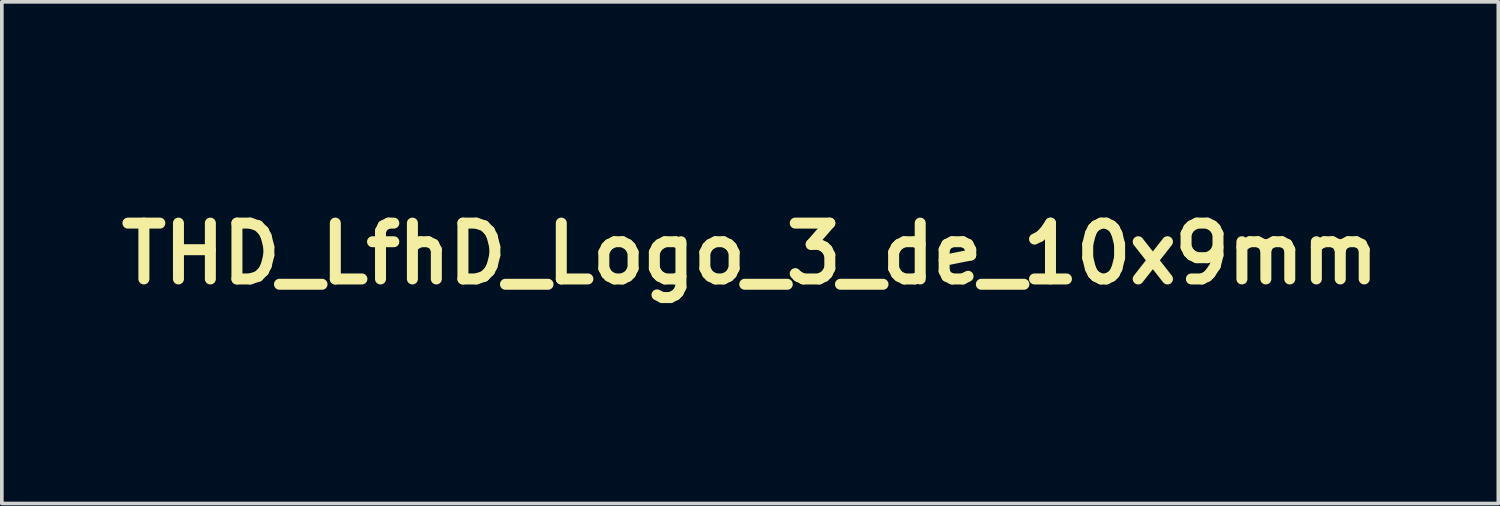
<source format=kicad_pcb>
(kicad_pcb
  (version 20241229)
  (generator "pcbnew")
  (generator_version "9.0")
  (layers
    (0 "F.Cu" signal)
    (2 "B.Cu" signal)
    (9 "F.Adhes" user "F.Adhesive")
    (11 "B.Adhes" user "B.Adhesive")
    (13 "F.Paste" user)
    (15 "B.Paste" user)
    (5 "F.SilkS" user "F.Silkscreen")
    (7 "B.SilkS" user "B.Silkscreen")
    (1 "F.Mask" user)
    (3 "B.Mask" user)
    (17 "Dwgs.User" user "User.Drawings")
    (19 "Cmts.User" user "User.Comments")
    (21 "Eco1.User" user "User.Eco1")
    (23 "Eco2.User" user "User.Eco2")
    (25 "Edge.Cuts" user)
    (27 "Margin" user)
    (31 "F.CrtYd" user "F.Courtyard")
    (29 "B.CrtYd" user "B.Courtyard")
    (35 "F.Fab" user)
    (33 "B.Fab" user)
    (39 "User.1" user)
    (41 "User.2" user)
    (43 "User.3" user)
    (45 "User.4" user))
  (footprint "THD_LfhD_Logo_3_de_10x9mm"
    (layer "F.Cu")
    (at 17.424 3.875)
    (property "Reference" "THD_LfhD_Logo_3_de_10x9mm" (at 0 0 0) (layer "F.SilkS") (effects (font (size 1.524 1.524) (thickness 0.3))))
    (attr through_hole)
    (fp_poly (pts (xy -2.57 3.78) (xy -3.629 3.78) (xy -3.629 0.635) (xy -2.57 0.635) (xy -2.57 3.78)) (stroke (width 0.01) (type solid)) (fill yes) (layer "F.Mask"))
    (fp_poly (pts (xy -0.302 3.75) (xy -1.361 3.75) (xy -1.361 0.635) (xy -0.302 0.635) (xy -0.302 3.75)) (stroke (width 0.01) (type solid)) (fill yes) (layer "F.Mask"))
    (fp_poly (pts (xy 0.937 -0.302) (xy 0.786 -0.302) (xy 0.786 -1.089) (xy 0.937 -1.089) (xy 0.937 -0.302)) (stroke (width 0.01) (type solid)) (fill yes) (layer "F.Mask"))
    (fp_poly (pts (xy -0.741 -1.073) (xy -0.732 -0.779) (xy -0.724 -0.484) (xy -0.333 -0.484) (xy -0.333 -0.302) (xy -0.907 -0.302) (xy -0.907 -1.093) (xy -0.741 -1.073)) (stroke (width 0.01) (type solid)) (fill yes) (layer "F.Mask"))
    (fp_poly (pts (xy 2.167 -3.849) (xy 2.177 -3.81) (xy 2.156 -3.759) (xy 2.117 -3.75) (xy 2.066 -3.771) (xy 2.056 -3.81) (xy 2.078 -3.861) (xy 2.117 -3.87) (xy 2.167 -3.849)) (stroke (width 0.01) (type solid)) (fill yes) (layer "F.Mask"))
    (fp_poly (pts (xy 2.409 -3.849) (xy 2.419 -3.81) (xy 2.398 -3.759) (xy 2.359 -3.75) (xy 2.308 -3.771) (xy 2.298 -3.81) (xy 2.319 -3.861) (xy 2.359 -3.87) (xy 2.409 -3.849)) (stroke (width 0.01) (type solid)) (fill yes) (layer "F.Mask"))
    (fp_poly (pts (xy -0.091 -0.726) (xy -0.091 -0.583) (xy -0.09 -0.463) (xy -0.09 -0.377) (xy -0.09 -0.34) (xy -0.115 -0.32) (xy -0.165 -0.308) (xy -0.242 -0.298) (xy -0.242 -1.089) (xy -0.091 -1.089) (xy -0.091 -0.726)) (stroke (width 0.01) (type solid)) (fill yes) (layer "F.Mask"))
    (fp_poly (pts (xy 1.225 3.795) (xy 0.969 3.813) (xy 0.961 2.957) (xy 0.953 2.102) (xy 0.454 2.097) (xy -0.045 2.093) (xy -0.064 1.814) (xy 0.968 1.814) (xy 0.968 0.121) (xy 1.24 0.121) (xy 1.225 3.795)) (stroke (width 0.01) (type solid)) (fill yes) (layer "F.Mask"))
    (fp_poly (pts (xy -1.663 -0.998) (xy -1.669 -0.937) (xy -1.699 -0.912) (xy -1.769 -0.907) (xy -1.875 -0.907) (xy -1.875 -0.302) (xy -2.056 -0.302) (xy -2.056 -0.907) (xy -2.177 -0.907) (xy -2.255 -0.911) (xy -2.289 -0.93) (xy -2.298 -0.978) (xy -2.298 -0.998) (xy -2.298 -1.089) (xy -1.663 -1.089) (xy -1.663 -0.998)) (stroke (width 0.01) (type solid)) (fill yes) (layer "F.Mask"))
    (fp_poly (pts (xy -3.568 -0.302) (xy -3.642 -0.302) (xy -3.702 -0.311) (xy -3.725 -0.325) (xy -3.728 -0.362) (xy -3.729 -0.448) (xy -3.728 -0.569) (xy -3.725 -0.712) (xy -3.725 -0.718) (xy -3.721 -0.873) (xy -3.716 -0.977) (xy -3.708 -1.041) (xy -3.695 -1.074) (xy -3.674 -1.087) (xy -3.644 -1.089) (xy -3.568 -1.089) (xy -3.568 -0.302)) (stroke (width 0.01) (type solid)) (fill yes) (layer "F.Mask"))
    (fp_poly (pts (xy -2.419 -0.302) (xy -2.493 -0.302) (xy -2.553 -0.311) (xy -2.577 -0.325) (xy -2.58 -0.362) (xy -2.581 -0.448) (xy -2.58 -0.568) (xy -2.576 -0.712) (xy -2.576 -0.718) (xy -2.571 -0.873) (xy -2.566 -0.977) (xy -2.557 -1.041) (xy -2.544 -1.074) (xy -2.523 -1.087) (xy -2.493 -1.089) (xy -2.419 -1.089) (xy -2.419 -0.302)) (stroke (width 0.01) (type solid)) (fill yes) (layer "F.Mask"))
    (fp_poly (pts (xy -0.302 0.423) (xy -2.056 0.423) (xy -2.056 3.742) (xy -2.124 3.761) (xy -2.221 3.777) (xy -2.302 3.775) (xy -2.338 3.76) (xy -2.342 3.726) (xy -2.346 3.638) (xy -2.349 3.501) (xy -2.352 3.32) (xy -2.354 3.1) (xy -2.356 2.848) (xy -2.358 2.568) (xy -2.358 2.268) (xy -2.359 2.081) (xy -2.359 0.423) (xy -4.112 0.423) (xy -4.112 0.121) (xy -0.302 0.121) (xy -0.302 0.423)) (stroke (width 0.01) (type solid)) (fill yes) (layer "F.Mask"))
    (fp_poly (pts (xy 2.533 1.942) (xy 2.525 3.765) (xy 2.033 3.773) (xy 1.839 3.775) (xy 1.698 3.774) (xy 1.604 3.768) (xy 1.549 3.758) (xy 1.527 3.744) (xy 1.526 3.743) (xy 1.524 3.706) (xy 1.521 3.615) (xy 1.52 3.474) (xy 1.518 3.288) (xy 1.518 3.064) (xy 1.517 2.807) (xy 1.517 2.521) (xy 1.518 2.213) (xy 1.519 1.92) (xy 1.527 0.136) (xy 2.034 0.128) (xy 2.54 0.119) (xy 2.533 1.942)) (stroke (width 0.01) (type solid)) (fill yes) (layer "F.Mask"))
    (fp_poly (pts (xy 1.693 -0.907) (xy 1.485 -0.907) (xy 1.362 -0.903) (xy 1.29 -0.889) (xy 1.26 -0.865) (xy 1.253 -0.825) (xy 1.276 -0.802) (xy 1.339 -0.79) (xy 1.451 -0.786) (xy 1.472 -0.786) (xy 1.663 -0.786) (xy 1.663 -0.605) (xy 1.47 -0.605) (xy 1.35 -0.6) (xy 1.283 -0.584) (xy 1.26 -0.562) (xy 1.253 -0.524) (xy 1.275 -0.5) (xy 1.334 -0.488) (xy 1.441 -0.484) (xy 1.487 -0.484) (xy 1.693 -0.484) (xy 1.693 -0.302) (xy 1.089 -0.302) (xy 1.089 -1.089) (xy 1.693 -1.089) (xy 1.693 -0.907)) (stroke (width 0.01) (type solid)) (fill yes) (layer "F.Mask"))
    (fp_poly (pts (xy 2.049 -2.344) (xy 2.129 -2.269) (xy 2.223 -2.137) (xy 2.236 -2.117) (xy 2.374 -1.89) (xy 2.383 -2.126) (xy 2.391 -2.362) (xy 2.555 -2.343) (xy 2.564 -1.958) (xy 2.572 -1.572) (xy 2.473 -1.573) (xy 2.422 -1.578) (xy 2.381 -1.598) (xy 2.339 -1.644) (xy 2.285 -1.725) (xy 2.238 -1.803) (xy 2.102 -2.032) (xy 2.093 -1.802) (xy 2.084 -1.572) (xy 1.905 -1.572) (xy 1.905 -1.928) (xy 1.908 -2.071) (xy 1.914 -2.194) (xy 1.922 -2.283) (xy 1.932 -2.323) (xy 1.983 -2.363) (xy 2.049 -2.344)) (stroke (width 0.01) (type solid)) (fill yes) (layer "F.Mask"))
    (fp_poly (pts (xy -4.334 -2.338) (xy -4.325 -2.286) (xy -4.324 -2.209) (xy -4.324 -2.056) (xy -4.025 -2.056) (xy -4.016 -2.2) (xy -4.007 -2.287) (xy -3.989 -2.329) (xy -3.953 -2.343) (xy -3.931 -2.343) (xy -3.855 -2.343) (xy -3.847 -1.958) (xy -3.838 -1.572) (xy -3.93 -1.572) (xy -3.984 -1.576) (xy -4.011 -1.596) (xy -4.021 -1.648) (xy -4.022 -1.724) (xy -4.022 -1.875) (xy -4.324 -1.875) (xy -4.324 -1.724) (xy -4.326 -1.634) (xy -4.338 -1.589) (xy -4.37 -1.574) (xy -4.416 -1.572) (xy -4.507 -1.572) (xy -4.499 -1.958) (xy -4.49 -2.343) (xy -4.407 -2.353) (xy -4.358 -2.355) (xy -4.334 -2.338)) (stroke (width 0.01) (type solid)) (fill yes) (layer "F.Mask"))
    (fp_poly (pts (xy 4.044 -2.353) (xy 4.128 -2.343) (xy 4.136 -1.958) (xy 4.144 -1.572) (xy 4.053 -1.572) (xy 3.999 -1.576) (xy 3.972 -1.596) (xy 3.962 -1.648) (xy 3.961 -1.724) (xy 3.961 -1.875) (xy 3.659 -1.875) (xy 3.659 -1.724) (xy 3.657 -1.634) (xy 3.645 -1.589) (xy 3.613 -1.574) (xy 3.567 -1.572) (xy 3.476 -1.572) (xy 3.484 -1.958) (xy 3.493 -2.343) (xy 3.576 -2.353) (xy 3.625 -2.355) (xy 3.649 -2.338) (xy 3.658 -2.286) (xy 3.659 -2.209) (xy 3.659 -2.056) (xy 3.961 -2.056) (xy 3.961 -2.209) (xy 3.963 -2.299) (xy 3.974 -2.343) (xy 4.003 -2.356) (xy 4.044 -2.353)) (stroke (width 0.01) (type solid)) (fill yes) (layer "F.Mask"))
    (fp_poly (pts (xy 1.778 -3.606) (xy 1.77 -3.56) (xy 1.746 -3.534) (xy 1.694 -3.521) (xy 1.598 -3.515) (xy 1.58 -3.514) (xy 1.476 -3.506) (xy 1.418 -3.494) (xy 1.395 -3.471) (xy 1.391 -3.446) (xy 1.399 -3.412) (xy 1.431 -3.394) (xy 1.502 -3.387) (xy 1.557 -3.387) (xy 1.652 -3.385) (xy 1.702 -3.375) (xy 1.721 -3.349) (xy 1.724 -3.297) (xy 1.724 -3.296) (xy 1.721 -3.244) (xy 1.702 -3.217) (xy 1.654 -3.207) (xy 1.56 -3.205) (xy 1.391 -3.205) (xy 1.391 -3.054) (xy 1.389 -2.965) (xy 1.377 -2.92) (xy 1.345 -2.905) (xy 1.3 -2.903) (xy 1.21 -2.903) (xy 1.21 -3.689) (xy 1.788 -3.689) (xy 1.778 -3.606)) (stroke (width 0.01) (type solid)) (fill yes) (layer "F.Mask"))
    (fp_poly (pts (xy 1.784 -2.18) (xy 1.58 -2.171) (xy 1.468 -2.163) (xy 1.403 -2.15) (xy 1.373 -2.127) (xy 1.366 -2.109) (xy 1.368 -2.081) (xy 1.396 -2.064) (xy 1.462 -2.058) (xy 1.555 -2.056) (xy 1.754 -2.056) (xy 1.754 -1.967) (xy 1.751 -1.918) (xy 1.734 -1.891) (xy 1.688 -1.877) (xy 1.6 -1.87) (xy 1.565 -1.869) (xy 1.457 -1.86) (xy 1.396 -1.845) (xy 1.37 -1.819) (xy 1.366 -1.807) (xy 1.368 -1.779) (xy 1.394 -1.763) (xy 1.457 -1.756) (xy 1.568 -1.754) (xy 1.784 -1.754) (xy 1.784 -1.572) (xy 1.177 -1.572) (xy 1.186 -1.958) (xy 1.194 -2.343) (xy 1.489 -2.352) (xy 1.784 -2.361) (xy 1.784 -2.18)) (stroke (width 0.01) (type solid)) (fill yes) (layer "F.Mask"))
    (fp_poly (pts (xy 4.868 -2.269) (xy 4.866 -2.222) (xy 4.85 -2.194) (xy 4.808 -2.181) (xy 4.725 -2.174) (xy 4.665 -2.171) (xy 4.552 -2.163) (xy 4.487 -2.15) (xy 4.457 -2.127) (xy 4.451 -2.109) (xy 4.453 -2.081) (xy 4.48 -2.064) (xy 4.546 -2.058) (xy 4.639 -2.056) (xy 4.838 -2.056) (xy 4.838 -1.967) (xy 4.835 -1.918) (xy 4.818 -1.891) (xy 4.772 -1.877) (xy 4.684 -1.87) (xy 4.649 -1.869) (xy 4.541 -1.86) (xy 4.481 -1.845) (xy 4.454 -1.819) (xy 4.451 -1.807) (xy 4.452 -1.779) (xy 4.479 -1.763) (xy 4.542 -1.756) (xy 4.653 -1.754) (xy 4.868 -1.754) (xy 4.868 -1.572) (xy 4.264 -1.572) (xy 4.264 -2.359) (xy 4.868 -2.359) (xy 4.868 -2.269)) (stroke (width 0.01) (type solid)) (fill yes) (layer "F.Mask"))
    (fp_poly (pts (xy -4.084 -1.08) (xy -4.032 -1.062) (xy -3.987 -1.028) (xy -3.962 -1.004) (xy -3.882 -0.883) (xy -3.846 -0.74) (xy -3.854 -0.592) (xy -3.908 -0.456) (xy -3.961 -0.389) (xy -4.01 -0.345) (xy -4.058 -0.319) (xy -4.125 -0.307) (xy -4.226 -0.303) (xy -4.284 -0.302) (xy -4.521 -0.302) (xy -4.514 -0.688) (xy -4.51 -0.907) (xy -4.354 -0.907) (xy -4.354 -0.484) (xy -4.246 -0.484) (xy -4.156 -0.493) (xy -4.083 -0.514) (xy -4.08 -0.515) (xy -4.043 -0.55) (xy -4.025 -0.614) (xy -4.022 -0.695) (xy -4.033 -0.805) (xy -4.073 -0.871) (xy -4.153 -0.901) (xy -4.246 -0.907) (xy -4.354 -0.907) (xy -4.51 -0.907) (xy -4.507 -1.073) (xy -4.278 -1.082) (xy -4.16 -1.085) (xy -4.084 -1.08)) (stroke (width 0.01) (type solid)) (fill yes) (layer "F.Mask"))
    (fp_poly (pts (xy 2.056 -3.423) (xy 2.06 -3.274) (xy 2.073 -3.175) (xy 2.101 -3.117) (xy 2.148 -3.09) (xy 2.207 -3.084) (xy 2.274 -3.092) (xy 2.318 -3.123) (xy 2.344 -3.186) (xy 2.356 -3.29) (xy 2.359 -3.423) (xy 2.359 -3.55) (xy 2.363 -3.628) (xy 2.374 -3.67) (xy 2.396 -3.686) (xy 2.43 -3.689) (xy 2.434 -3.689) (xy 2.51 -3.689) (xy 2.51 -3.37) (xy 2.509 -3.226) (xy 2.504 -3.129) (xy 2.494 -3.066) (xy 2.474 -3.022) (xy 2.443 -2.985) (xy 2.436 -2.977) (xy 2.345 -2.924) (xy 2.226 -2.901) (xy 2.105 -2.909) (xy 2.005 -2.95) (xy 1.998 -2.956) (xy 1.938 -3.038) (xy 1.898 -3.171) (xy 1.878 -3.358) (xy 1.875 -3.47) (xy 1.875 -3.689) (xy 2.056 -3.689) (xy 2.056 -3.423)) (stroke (width 0.01) (type solid)) (fill yes) (layer "F.Mask"))
    (fp_poly (pts (xy -1.699 -2.351) (xy -1.648 -2.335) (xy -1.605 -2.302) (xy -1.571 -2.266) (xy -1.522 -2.208) (xy -1.495 -2.151) (xy -1.484 -2.075) (xy -1.482 -1.965) (xy -1.484 -1.851) (xy -1.497 -1.776) (xy -1.524 -1.72) (xy -1.569 -1.666) (xy -1.616 -1.62) (xy -1.661 -1.592) (xy -1.72 -1.578) (xy -1.811 -1.573) (xy -1.903 -1.572) (xy -2.149 -1.572) (xy -2.14 -1.958) (xy -2.135 -2.177) (xy -1.965 -2.177) (xy -1.965 -1.754) (xy -1.83 -1.754) (xy -1.735 -1.761) (xy -1.681 -1.788) (xy -1.664 -1.812) (xy -1.636 -1.908) (xy -1.639 -2.016) (xy -1.67 -2.105) (xy -1.683 -2.122) (xy -1.761 -2.166) (xy -1.849 -2.177) (xy -1.965 -2.177) (xy -2.135 -2.177) (xy -2.132 -2.343) (xy -1.896 -2.352) (xy -1.776 -2.356) (xy -1.699 -2.351)) (stroke (width 0.01) (type solid)) (fill yes) (layer "F.Mask"))
    (fp_poly (pts (xy 4.022 -0.302) (xy 3.932 -0.302) (xy 3.882 -0.309) (xy 3.841 -0.335) (xy 3.796 -0.392) (xy 3.737 -0.493) (xy 3.733 -0.499) (xy 3.677 -0.596) (xy 3.628 -0.672) (xy 3.598 -0.711) (xy 3.596 -0.712) (xy 3.582 -0.694) (xy 3.572 -0.626) (xy 3.568 -0.522) (xy 3.568 -0.516) (xy 3.568 -0.302) (xy 3.387 -0.302) (xy 3.387 -1.089) (xy 3.476 -1.089) (xy 3.525 -1.083) (xy 3.566 -1.057) (xy 3.612 -1.002) (xy 3.673 -0.907) (xy 3.691 -0.876) (xy 3.752 -0.777) (xy 3.802 -0.699) (xy 3.832 -0.656) (xy 3.836 -0.652) (xy 3.846 -0.674) (xy 3.852 -0.742) (xy 3.855 -0.843) (xy 3.855 -0.857) (xy 3.856 -0.969) (xy 3.863 -1.035) (xy 3.879 -1.067) (xy 3.911 -1.079) (xy 3.939 -1.083) (xy 4.022 -1.093) (xy 4.022 -0.302)) (stroke (width 0.01) (type solid)) (fill yes) (layer "F.Mask"))
    (fp_poly (pts (xy -0.213 -3.663) (xy -0.096 -3.587) (xy -0.017 -3.467) (xy 0.001 -3.415) (xy 0.015 -3.26) (xy -0.023 -3.115) (xy -0.107 -2.996) (xy -0.124 -2.981) (xy -0.244 -2.916) (xy -0.382 -2.899) (xy -0.517 -2.929) (xy -0.602 -2.981) (xy -0.693 -3.095) (xy -0.738 -3.237) (xy -0.735 -3.316) (xy -0.575 -3.316) (xy -0.553 -3.195) (xy -0.491 -3.118) (xy -0.389 -3.085) (xy -0.363 -3.084) (xy -0.268 -3.097) (xy -0.207 -3.14) (xy -0.198 -3.151) (xy -0.157 -3.249) (xy -0.155 -3.35) (xy -0.191 -3.435) (xy -0.218 -3.461) (xy -0.32 -3.504) (xy -0.421 -3.501) (xy -0.507 -3.459) (xy -0.562 -3.384) (xy -0.575 -3.316) (xy -0.735 -3.316) (xy -0.732 -3.391) (xy -0.726 -3.415) (xy -0.662 -3.55) (xy -0.558 -3.642) (xy -0.419 -3.686) (xy -0.363 -3.689) (xy -0.213 -3.663)) (stroke (width 0.01) (type solid)) (fill yes) (layer "F.Mask"))
    (fp_poly (pts (xy 2.681 -1.083) (xy 2.767 -1.073) (xy 2.775 -0.794) (xy 2.78 -0.663) (xy 2.788 -0.579) (xy 2.801 -0.532) (xy 2.822 -0.509) (xy 2.856 -0.497) (xy 2.935 -0.481) (xy 2.988 -0.488) (xy 3.02 -0.526) (xy 3.04 -0.604) (xy 3.051 -0.73) (xy 3.054 -0.787) (xy 3.062 -0.919) (xy 3.07 -1.004) (xy 3.083 -1.051) (xy 3.104 -1.073) (xy 3.138 -1.081) (xy 3.152 -1.083) (xy 3.235 -1.093) (xy 3.235 -0.772) (xy 3.235 -0.628) (xy 3.231 -0.532) (xy 3.22 -0.469) (xy 3.201 -0.426) (xy 3.171 -0.391) (xy 3.155 -0.377) (xy 3.054 -0.318) (xy 2.931 -0.297) (xy 2.807 -0.312) (xy 2.706 -0.364) (xy 2.689 -0.38) (xy 2.655 -0.421) (xy 2.633 -0.468) (xy 2.619 -0.535) (xy 2.611 -0.635) (xy 2.605 -0.776) (xy 2.595 -1.093) (xy 2.681 -1.083)) (stroke (width 0.01) (type solid)) (fill yes) (layer "F.Mask"))
    (fp_poly (pts (xy -2.958 -1.081) (xy -2.882 -1.054) (xy -2.832 -1.014) (xy -2.766 -0.934) (xy -2.759 -0.868) (xy -2.808 -0.818) (xy -2.863 -0.807) (xy -2.916 -0.844) (xy -2.919 -0.848) (xy -3.001 -0.898) (xy -3.101 -0.904) (xy -3.197 -0.866) (xy -3.23 -0.837) (xy -3.286 -0.743) (xy -3.289 -0.65) (xy -3.245 -0.568) (xy -3.161 -0.509) (xy -3.043 -0.484) (xy -3.031 -0.484) (xy -2.944 -0.491) (xy -2.896 -0.508) (xy -2.893 -0.529) (xy -2.94 -0.546) (xy -2.97 -0.55) (xy -3.039 -0.564) (xy -3.066 -0.6) (xy -3.069 -0.635) (xy -3.064 -0.678) (xy -3.041 -0.702) (xy -2.985 -0.714) (xy -2.895 -0.72) (xy -2.721 -0.729) (xy -2.722 -0.584) (xy -2.727 -0.491) (xy -2.748 -0.435) (xy -2.799 -0.389) (xy -2.827 -0.37) (xy -2.949 -0.32) (xy -3.088 -0.304) (xy -3.217 -0.324) (xy -3.26 -0.343) (xy -3.363 -0.432) (xy -3.425 -0.551) (xy -3.446 -0.687) (xy -3.426 -0.826) (xy -3.364 -0.954) (xy -3.278 -1.043) (xy -3.213 -1.069) (xy -3.114 -1.085) (xy -3.066 -1.088) (xy -2.958 -1.081)) (stroke (width 0.01) (type solid)) (fill yes) (layer "F.Mask"))
    (fp_poly (pts (xy 0.433 -1.077) (xy 0.533 -1.04) (xy 0.605 -0.982) (xy 0.635 -0.906) (xy 0.635 -0.902) (xy 0.631 -0.869) (xy 0.61 -0.853) (xy 0.562 -0.855) (xy 0.475 -0.872) (xy 0.386 -0.894) (xy 0.307 -0.902) (xy 0.254 -0.895) (xy 0.223 -0.867) (xy 0.242 -0.832) (xy 0.301 -0.798) (xy 0.389 -0.775) (xy 0.516 -0.735) (xy 0.608 -0.667) (xy 0.66 -0.582) (xy 0.667 -0.49) (xy 0.624 -0.402) (xy 0.586 -0.365) (xy 0.479 -0.314) (xy 0.351 -0.298) (xy 0.223 -0.317) (xy 0.119 -0.369) (xy 0.11 -0.377) (xy 0.057 -0.439) (xy 0.031 -0.495) (xy 0.03 -0.501) (xy 0.041 -0.533) (xy 0.086 -0.538) (xy 0.129 -0.531) (xy 0.225 -0.513) (xy 0.336 -0.496) (xy 0.355 -0.494) (xy 0.436 -0.487) (xy 0.473 -0.497) (xy 0.484 -0.53) (xy 0.484 -0.541) (xy 0.467 -0.591) (xy 0.412 -0.605) (xy 0.315 -0.62) (xy 0.213 -0.66) (xy 0.129 -0.712) (xy 0.092 -0.754) (xy 0.062 -0.865) (xy 0.088 -0.969) (xy 0.13 -1.023) (xy 0.217 -1.072) (xy 0.323 -1.089) (xy 0.433 -1.077)) (stroke (width 0.01) (type solid)) (fill yes) (layer "F.Mask"))
    (fp_poly (pts (xy 4.643 -1.08) (xy 4.726 -1.047) (xy 4.775 -1.01) (xy 4.847 -0.935) (xy 4.863 -0.875) (xy 4.823 -0.826) (xy 4.802 -0.813) (xy 4.747 -0.795) (xy 4.703 -0.821) (xy 4.684 -0.843) (xy 4.609 -0.893) (xy 4.511 -0.907) (xy 4.418 -0.884) (xy 4.374 -0.852) (xy 4.332 -0.769) (xy 4.325 -0.67) (xy 4.35 -0.579) (xy 4.391 -0.531) (xy 4.453 -0.505) (xy 4.536 -0.489) (xy 4.62 -0.484) (xy 4.688 -0.492) (xy 4.717 -0.512) (xy 4.717 -0.514) (xy 4.691 -0.535) (xy 4.628 -0.544) (xy 4.626 -0.544) (xy 4.562 -0.552) (xy 4.538 -0.587) (xy 4.536 -0.635) (xy 4.536 -0.726) (xy 4.899 -0.726) (xy 4.899 -0.618) (xy 4.89 -0.527) (xy 4.869 -0.455) (xy 4.867 -0.452) (xy 4.797 -0.378) (xy 4.684 -0.326) (xy 4.547 -0.303) (xy 4.524 -0.302) (xy 4.426 -0.311) (xy 4.349 -0.347) (xy 4.283 -0.402) (xy 4.186 -0.529) (xy 4.146 -0.667) (xy 4.163 -0.808) (xy 4.238 -0.943) (xy 4.277 -0.988) (xy 4.35 -1.051) (xy 4.418 -1.08) (xy 4.513 -1.088) (xy 4.53 -1.089) (xy 4.643 -1.08)) (stroke (width 0.01) (type solid)) (fill yes) (layer "F.Mask"))
    (fp_poly (pts (xy -1.369 -1.083) (xy -1.368 -1.083) (xy -1.312 -1.059) (xy -1.265 -0.994) (xy -1.239 -0.937) (xy -1.194 -0.827) (xy -1.144 -0.702) (xy -1.095 -0.576) (xy -1.051 -0.462) (xy -1.018 -0.373) (xy -1 -0.322) (xy -0.998 -0.315) (xy -1.024 -0.306) (xy -1.086 -0.302) (xy -1.154 -0.315) (xy -1.194 -0.365) (xy -1.205 -0.393) (xy -1.23 -0.449) (xy -1.268 -0.475) (xy -1.338 -0.483) (xy -1.377 -0.484) (xy -1.465 -0.48) (xy -1.513 -0.461) (xy -1.542 -0.417) (xy -1.551 -0.393) (xy -1.59 -0.327) (xy -1.648 -0.303) (xy -1.673 -0.302) (xy -1.736 -0.313) (xy -1.746 -0.34) (xy -1.731 -0.383) (xy -1.699 -0.469) (xy -1.657 -0.585) (xy -1.62 -0.689) (xy -1.445 -0.689) (xy -1.422 -0.667) (xy -1.394 -0.665) (xy -1.341 -0.685) (xy -1.331 -0.718) (xy -1.342 -0.776) (xy -1.368 -0.827) (xy -1.394 -0.849) (xy -1.402 -0.846) (xy -1.419 -0.809) (xy -1.437 -0.748) (xy -1.445 -0.689) (xy -1.62 -0.689) (xy -1.617 -0.695) (xy -1.559 -0.854) (xy -1.515 -0.964) (xy -1.479 -1.033) (xy -1.446 -1.07) (xy -1.411 -1.084) (xy -1.369 -1.083)) (stroke (width 0.01) (type solid)) (fill yes) (layer "F.Mask"))
    (fp_poly (pts (xy 2.216 -1.087) (xy 2.3 -1.082) (xy 2.351 -1.069) (xy 2.383 -1.045) (xy 2.405 -1.015) (xy 2.439 -0.923) (xy 2.444 -0.829) (xy 2.426 -0.746) (xy 2.381 -0.69) (xy 2.304 -0.646) (xy 2.315 -0.621) (xy 2.353 -0.561) (xy 2.402 -0.491) (xy 2.459 -0.409) (xy 2.498 -0.347) (xy 2.51 -0.321) (xy 2.484 -0.308) (xy 2.422 -0.302) (xy 2.363 -0.313) (xy 2.308 -0.351) (xy 2.243 -0.429) (xy 2.225 -0.454) (xy 2.147 -0.549) (xy 2.081 -0.599) (xy 2.056 -0.605) (xy 2.02 -0.597) (xy 2.002 -0.563) (xy 1.996 -0.489) (xy 1.996 -0.454) (xy 1.994 -0.364) (xy 1.982 -0.319) (xy 1.95 -0.304) (xy 1.905 -0.302) (xy 1.814 -0.302) (xy 1.814 -0.819) (xy 1.981 -0.819) (xy 2.016 -0.795) (xy 2.099 -0.79) (xy 2.146 -0.792) (xy 2.238 -0.805) (xy 2.283 -0.832) (xy 2.292 -0.854) (xy 2.289 -0.886) (xy 2.256 -0.902) (xy 2.178 -0.907) (xy 2.152 -0.907) (xy 2.043 -0.898) (xy 1.99 -0.872) (xy 1.986 -0.865) (xy 1.981 -0.819) (xy 1.814 -0.819) (xy 1.814 -1.089) (xy 2.086 -1.089) (xy 2.216 -1.087)) (stroke (width 0.01) (type solid)) (fill yes) (layer "F.Mask"))
    (fp_poly (pts (xy -3.364 -2.341) (xy -3.333 -2.327) (xy -3.304 -2.293) (xy -3.27 -2.229) (xy -3.226 -2.127) (xy -3.168 -1.981) (xy -3.114 -1.843) (xy -3.069 -1.726) (xy -3.038 -1.64) (xy -3.024 -1.598) (xy -3.024 -1.596) (xy -3.05 -1.579) (xy -3.108 -1.572) (xy -3.175 -1.587) (xy -3.217 -1.641) (xy -3.226 -1.663) (xy -3.253 -1.719) (xy -3.292 -1.745) (xy -3.363 -1.753) (xy -3.402 -1.754) (xy -3.49 -1.75) (xy -3.538 -1.732) (xy -3.567 -1.688) (xy -3.577 -1.663) (xy -3.616 -1.596) (xy -3.675 -1.573) (xy -3.696 -1.572) (xy -3.756 -1.575) (xy -3.779 -1.58) (xy -3.769 -1.609) (xy -3.741 -1.685) (xy -3.7 -1.795) (xy -3.648 -1.93) (xy -3.635 -1.965) (xy -3.631 -1.975) (xy -3.47 -1.975) (xy -3.469 -1.943) (xy -3.433 -1.935) (xy -3.402 -1.935) (xy -3.345 -1.943) (xy -3.327 -1.958) (xy -3.341 -1.999) (xy -3.37 -2.056) (xy -3.412 -2.132) (xy -3.445 -2.047) (xy -3.47 -1.975) (xy -3.631 -1.975) (xy -3.576 -2.118) (xy -3.533 -2.223) (xy -3.501 -2.289) (xy -3.472 -2.325) (xy -3.443 -2.34) (xy -3.407 -2.343) (xy -3.401 -2.343) (xy -3.364 -2.341)) (stroke (width 0.01) (type solid)) (fill yes) (layer "F.Mask"))
    (fp_poly (pts (xy -0.036 -2.341) (xy -0.005 -2.326) (xy 0.025 -2.291) (xy 0.059 -2.226) (xy 0.105 -2.122) (xy 0.156 -1.996) (xy 0.21 -1.859) (xy 0.256 -1.742) (xy 0.287 -1.655) (xy 0.3 -1.611) (xy 0.3 -1.61) (xy 0.275 -1.582) (xy 0.218 -1.572) (xy 0.151 -1.587) (xy 0.109 -1.641) (xy 0.1 -1.663) (xy 0.073 -1.719) (xy 0.034 -1.745) (xy -0.037 -1.753) (xy -0.076 -1.754) (xy -0.164 -1.75) (xy -0.212 -1.732) (xy -0.241 -1.688) (xy -0.251 -1.663) (xy -0.29 -1.596) (xy -0.349 -1.573) (xy -0.369 -1.572) (xy -0.43 -1.575) (xy -0.453 -1.58) (xy -0.443 -1.609) (xy -0.415 -1.685) (xy -0.373 -1.795) (xy -0.322 -1.93) (xy -0.309 -1.965) (xy -0.305 -1.975) (xy -0.144 -1.975) (xy -0.142 -1.943) (xy -0.107 -1.935) (xy -0.076 -1.935) (xy -0.019 -1.943) (xy -0.001 -1.958) (xy -0.015 -1.999) (xy -0.044 -2.056) (xy -0.086 -2.132) (xy -0.119 -2.047) (xy -0.144 -1.975) (xy -0.305 -1.975) (xy -0.25 -2.118) (xy -0.207 -2.223) (xy -0.174 -2.289) (xy -0.146 -2.325) (xy -0.117 -2.34) (xy -0.081 -2.343) (xy -0.075 -2.343) (xy -0.036 -2.341)) (stroke (width 0.01) (type solid)) (fill yes) (layer "F.Mask"))
    (fp_poly (pts (xy 3.047 -2.341) (xy 3.077 -2.327) (xy 3.107 -2.293) (xy 3.14 -2.229) (xy 3.184 -2.127) (xy 3.243 -1.981) (xy 3.297 -1.843) (xy 3.342 -1.726) (xy 3.373 -1.64) (xy 3.386 -1.598) (xy 3.387 -1.596) (xy 3.361 -1.579) (xy 3.303 -1.572) (xy 3.235 -1.587) (xy 3.193 -1.641) (xy 3.184 -1.663) (xy 3.157 -1.719) (xy 3.118 -1.745) (xy 3.047 -1.753) (xy 3.009 -1.754) (xy 2.92 -1.75) (xy 2.872 -1.732) (xy 2.843 -1.688) (xy 2.833 -1.663) (xy 2.794 -1.596) (xy 2.735 -1.573) (xy 2.715 -1.572) (xy 2.654 -1.575) (xy 2.631 -1.58) (xy 2.641 -1.609) (xy 2.669 -1.685) (xy 2.711 -1.795) (xy 2.762 -1.93) (xy 2.775 -1.965) (xy 2.779 -1.975) (xy 2.94 -1.975) (xy 2.942 -1.943) (xy 2.978 -1.935) (xy 3.009 -1.935) (xy 3.065 -1.943) (xy 3.083 -1.958) (xy 3.069 -1.999) (xy 3.04 -2.056) (xy 2.998 -2.132) (xy 2.966 -2.047) (xy 2.94 -1.975) (xy 2.779 -1.975) (xy 2.834 -2.118) (xy 2.877 -2.223) (xy 2.91 -2.289) (xy 2.938 -2.325) (xy 2.968 -2.34) (xy 3.004 -2.343) (xy 3.009 -2.343) (xy 3.047 -2.341)) (stroke (width 0.01) (type solid)) (fill yes) (layer "F.Mask"))
    (fp_poly (pts (xy -1.109 -3.687) (xy -1.02 -3.679) (xy -0.965 -3.662) (xy -0.929 -3.635) (xy -0.927 -3.634) (xy -0.885 -3.548) (xy -0.881 -3.442) (xy -0.908 -3.355) (xy -0.92 -3.3) (xy -0.887 -3.246) (xy -0.877 -3.236) (xy -0.832 -3.163) (xy -0.834 -3.091) (xy -0.864 -3.009) (xy -0.915 -2.954) (xy -0.998 -2.921) (xy -1.124 -2.906) (xy -1.243 -2.903) (xy -1.512 -2.903) (xy -1.512 -3.145) (xy -1.33 -3.145) (xy -1.325 -3.108) (xy -1.297 -3.091) (xy -1.233 -3.087) (xy -1.172 -3.09) (xy -1.072 -3.101) (xy -1.023 -3.122) (xy -1.013 -3.145) (xy -1.031 -3.174) (xy -1.093 -3.192) (xy -1.172 -3.199) (xy -1.264 -3.202) (xy -1.312 -3.194) (xy -1.329 -3.169) (xy -1.33 -3.145) (xy -1.512 -3.145) (xy -1.512 -3.447) (xy -1.33 -3.447) (xy -1.323 -3.411) (xy -1.289 -3.393) (xy -1.214 -3.387) (xy -1.179 -3.387) (xy -1.089 -3.39) (xy -1.043 -3.403) (xy -1.029 -3.433) (xy -1.028 -3.447) (xy -1.036 -3.483) (xy -1.07 -3.502) (xy -1.144 -3.507) (xy -1.179 -3.508) (xy -1.27 -3.504) (xy -1.315 -3.491) (xy -1.33 -3.461) (xy -1.33 -3.447) (xy -1.512 -3.447) (xy -1.512 -3.689) (xy -1.244 -3.689) (xy -1.109 -3.687)) (stroke (width 0.01) (type solid)) (fill yes) (layer "F.Mask"))
    (fp_poly (pts (xy 0.793 -2.357) (xy 0.877 -2.352) (xy 0.93 -2.338) (xy 0.967 -2.313) (xy 0.996 -2.279) (xy 1.04 -2.204) (xy 1.058 -2.135) (xy 1.058 -2.134) (xy 1.04 -2.058) (xy 0.997 -1.986) (xy 0.943 -1.941) (xy 0.921 -1.935) (xy 0.888 -1.931) (xy 0.883 -1.91) (xy 0.908 -1.864) (xy 0.967 -1.783) (xy 0.983 -1.763) (xy 1.051 -1.669) (xy 1.081 -1.612) (xy 1.073 -1.583) (xy 1.029 -1.573) (xy 1.005 -1.572) (xy 0.945 -1.586) (xy 0.885 -1.632) (xy 0.816 -1.716) (xy 0.743 -1.801) (xy 0.675 -1.856) (xy 0.642 -1.869) (xy 0.602 -1.87) (xy 0.582 -1.847) (xy 0.575 -1.786) (xy 0.575 -1.726) (xy 0.573 -1.635) (xy 0.561 -1.59) (xy 0.53 -1.574) (xy 0.484 -1.572) (xy 0.393 -1.572) (xy 0.393 -2.115) (xy 0.575 -2.115) (xy 0.581 -2.078) (xy 0.612 -2.061) (xy 0.682 -2.06) (xy 0.718 -2.062) (xy 0.812 -2.074) (xy 0.86 -2.099) (xy 0.871 -2.124) (xy 0.868 -2.156) (xy 0.835 -2.172) (xy 0.758 -2.177) (xy 0.728 -2.177) (xy 0.637 -2.174) (xy 0.591 -2.161) (xy 0.575 -2.132) (xy 0.575 -2.115) (xy 0.393 -2.115) (xy 0.393 -2.359) (xy 0.663 -2.359) (xy 0.793 -2.357)) (stroke (width 0.01) (type solid)) (fill yes) (layer "F.Mask"))
    (fp_poly (pts (xy -2.782 -3.084) (xy -2.585 -3.084) (xy -2.48 -3.083) (xy -2.421 -3.076) (xy -2.395 -3.057) (xy -2.389 -3.02) (xy -2.389 -3.004) (xy -2.385 -2.956) (xy -2.373 -2.946) (xy -2.35 -2.976) (xy -2.314 -3.053) (xy -2.262 -3.179) (xy -2.213 -3.304) (xy -2.05 -3.304) (xy -2.047 -3.273) (xy -2.008 -3.266) (xy -1.979 -3.266) (xy -1.924 -3.273) (xy -1.915 -3.308) (xy -1.921 -3.334) (xy -1.954 -3.412) (xy -1.987 -3.43) (xy -2.019 -3.388) (xy -2.025 -3.375) (xy -2.05 -3.304) (xy -2.213 -3.304) (xy -2.207 -3.32) (xy -2.15 -3.467) (xy -2.108 -3.566) (xy -2.075 -3.627) (xy -2.047 -3.659) (xy -2.016 -3.672) (xy -1.981 -3.674) (xy -1.945 -3.671) (xy -1.915 -3.658) (xy -1.886 -3.625) (xy -1.852 -3.563) (xy -1.808 -3.464) (xy -1.749 -3.32) (xy -1.737 -3.288) (xy -1.581 -2.903) (xy -1.676 -2.903) (xy -1.749 -2.914) (xy -1.791 -2.961) (xy -1.805 -2.994) (xy -1.832 -3.049) (xy -1.871 -3.076) (xy -1.943 -3.084) (xy -1.98 -3.084) (xy -2.067 -3.081) (xy -2.115 -3.062) (xy -2.142 -3.019) (xy -2.151 -2.994) (xy -2.183 -2.903) (xy -2.566 -2.903) (xy -2.948 -2.903) (xy -2.935 -3.674) (xy -2.782 -3.693) (xy -2.782 -3.084)) (stroke (width 0.01) (type solid)) (fill yes) (layer "F.Mask"))
    (fp_poly (pts (xy -2.448 -2.353) (xy -2.397 -2.34) (xy -2.362 -2.315) (xy -2.331 -2.28) (xy -2.287 -2.205) (xy -2.268 -2.136) (xy -2.268 -2.134) (xy -2.286 -2.058) (xy -2.329 -1.986) (xy -2.383 -1.941) (xy -2.406 -1.935) (xy -2.438 -1.931) (xy -2.443 -1.91) (xy -2.418 -1.864) (xy -2.359 -1.783) (xy -2.343 -1.763) (xy -2.275 -1.669) (xy -2.245 -1.612) (xy -2.253 -1.583) (xy -2.297 -1.573) (xy -2.321 -1.572) (xy -2.381 -1.586) (xy -2.442 -1.632) (xy -2.51 -1.716) (xy -2.583 -1.801) (xy -2.651 -1.856) (xy -2.684 -1.869) (xy -2.724 -1.87) (xy -2.744 -1.847) (xy -2.751 -1.786) (xy -2.752 -1.726) (xy -2.754 -1.635) (xy -2.765 -1.59) (xy -2.796 -1.574) (xy -2.843 -1.572) (xy -2.935 -1.572) (xy -2.926 -1.958) (xy -2.923 -2.115) (xy -2.752 -2.115) (xy -2.745 -2.078) (xy -2.714 -2.061) (xy -2.644 -2.06) (xy -2.608 -2.062) (xy -2.514 -2.074) (xy -2.466 -2.099) (xy -2.455 -2.124) (xy -2.458 -2.156) (xy -2.491 -2.172) (xy -2.568 -2.177) (xy -2.598 -2.177) (xy -2.69 -2.174) (xy -2.735 -2.161) (xy -2.751 -2.132) (xy -2.752 -2.115) (xy -2.923 -2.115) (xy -2.918 -2.343) (xy -2.656 -2.352) (xy -2.529 -2.355) (xy -2.448 -2.353)) (stroke (width 0.01) (type solid)) (fill yes) (layer "F.Mask"))
    (fp_poly (pts (xy 0.521 -3.688) (xy 0.605 -3.682) (xy 0.658 -3.668) (xy 0.694 -3.643) (xy 0.724 -3.609) (xy 0.768 -3.534) (xy 0.786 -3.465) (xy 0.786 -3.465) (xy 0.768 -3.388) (xy 0.725 -3.316) (xy 0.671 -3.271) (xy 0.648 -3.266) (xy 0.617 -3.262) (xy 0.611 -3.244) (xy 0.634 -3.202) (xy 0.69 -3.125) (xy 0.711 -3.097) (xy 0.779 -3.002) (xy 0.809 -2.944) (xy 0.801 -2.914) (xy 0.755 -2.903) (xy 0.733 -2.903) (xy 0.673 -2.916) (xy 0.612 -2.963) (xy 0.544 -3.046) (xy 0.471 -3.131) (xy 0.403 -3.186) (xy 0.37 -3.2) (xy 0.33 -3.2) (xy 0.31 -3.177) (xy 0.303 -3.116) (xy 0.302 -3.056) (xy 0.3 -2.966) (xy 0.289 -2.921) (xy 0.258 -2.905) (xy 0.212 -2.903) (xy 0.121 -2.903) (xy 0.121 -3.447) (xy 0.302 -3.447) (xy 0.31 -3.411) (xy 0.344 -3.393) (xy 0.419 -3.387) (xy 0.454 -3.387) (xy 0.544 -3.39) (xy 0.589 -3.403) (xy 0.604 -3.433) (xy 0.605 -3.447) (xy 0.597 -3.483) (xy 0.563 -3.502) (xy 0.489 -3.507) (xy 0.454 -3.508) (xy 0.363 -3.504) (xy 0.318 -3.491) (xy 0.303 -3.461) (xy 0.302 -3.447) (xy 0.121 -3.447) (xy 0.121 -3.689) (xy 0.391 -3.689) (xy 0.521 -3.688)) (stroke (width 0.01) (type solid)) (fill yes) (layer "F.Mask"))
    (fp_poly (pts (xy 3.061 -3.688) (xy 3.145 -3.682) (xy 3.198 -3.668) (xy 3.234 -3.643) (xy 3.264 -3.609) (xy 3.308 -3.534) (xy 3.326 -3.465) (xy 3.326 -3.465) (xy 3.308 -3.388) (xy 3.265 -3.316) (xy 3.211 -3.271) (xy 3.188 -3.266) (xy 3.157 -3.262) (xy 3.151 -3.244) (xy 3.174 -3.202) (xy 3.23 -3.125) (xy 3.251 -3.097) (xy 3.319 -3.002) (xy 3.349 -2.944) (xy 3.341 -2.914) (xy 3.295 -2.903) (xy 3.273 -2.903) (xy 3.213 -2.916) (xy 3.152 -2.963) (xy 3.084 -3.046) (xy 3.011 -3.131) (xy 2.943 -3.186) (xy 2.91 -3.2) (xy 2.87 -3.2) (xy 2.85 -3.177) (xy 2.843 -3.116) (xy 2.842 -3.056) (xy 2.84 -2.966) (xy 2.829 -2.921) (xy 2.798 -2.905) (xy 2.752 -2.903) (xy 2.661 -2.903) (xy 2.661 -3.447) (xy 2.842 -3.447) (xy 2.85 -3.411) (xy 2.884 -3.393) (xy 2.959 -3.387) (xy 2.994 -3.387) (xy 3.084 -3.39) (xy 3.129 -3.403) (xy 3.144 -3.433) (xy 3.145 -3.447) (xy 3.137 -3.483) (xy 3.103 -3.502) (xy 3.029 -3.507) (xy 2.994 -3.508) (xy 2.903 -3.504) (xy 2.858 -3.491) (xy 2.843 -3.461) (xy 2.842 -3.447) (xy 2.661 -3.447) (xy 2.661 -3.689) (xy 2.931 -3.689) (xy 3.061 -3.688)) (stroke (width 0.01) (type solid)) (fill yes) (layer "F.Mask"))
    (fp_poly (pts (xy 2.895 0.13) (xy 3.12 0.171) (xy 3.317 0.229) (xy 3.518 0.315) (xy 3.564 0.338) (xy 3.795 0.478) (xy 4.01 0.654) (xy 4.198 0.853) (xy 4.343 1.063) (xy 4.38 1.134) (xy 4.433 1.243) (xy 4.478 1.335) (xy 4.506 1.394) (xy 4.509 1.398) (xy 4.529 1.468) (xy 4.536 1.536) (xy 4.547 1.61) (xy 4.568 1.653) (xy 4.581 1.698) (xy 4.588 1.787) (xy 4.589 1.907) (xy 4.584 2.043) (xy 4.574 2.18) (xy 4.559 2.302) (xy 4.545 2.377) (xy 4.471 2.594) (xy 4.357 2.82) (xy 4.214 3.038) (xy 4.053 3.23) (xy 3.896 3.37) (xy 3.795 3.439) (xy 3.674 3.512) (xy 3.549 3.58) (xy 3.433 3.638) (xy 3.341 3.676) (xy 3.289 3.689) (xy 3.231 3.707) (xy 3.219 3.715) (xy 3.176 3.731) (xy 3.091 3.747) (xy 2.986 3.76) (xy 2.782 3.777) (xy 2.782 3.517) (xy 2.956 3.478) (xy 3.201 3.415) (xy 3.401 3.342) (xy 3.572 3.252) (xy 3.729 3.138) (xy 3.816 3.061) (xy 4.011 2.839) (xy 4.156 2.59) (xy 4.251 2.321) (xy 4.294 2.041) (xy 4.284 1.757) (xy 4.221 1.478) (xy 4.104 1.211) (xy 4.032 1.096) (xy 3.901 0.929) (xy 3.745 0.785) (xy 3.555 0.651) (xy 3.42 0.578) (xy 3.262 0.512) (xy 3.101 0.46) (xy 2.957 0.429) (xy 2.889 0.423) (xy 2.782 0.423) (xy 2.782 0.115) (xy 2.895 0.13)) (stroke (width 0.01) (type solid)) (fill yes) (layer "F.Mask"))
    (fp_poly (pts (xy -0.412 -2.35) (xy -0.401 -2.326) (xy -0.403 -2.275) (xy -0.42 -2.188) (xy -0.451 -2.058) (xy -0.481 -1.935) (xy -0.518 -1.788) (xy -0.545 -1.689) (xy -0.569 -1.629) (xy -0.593 -1.597) (xy -0.623 -1.583) (xy -0.66 -1.578) (xy -0.698 -1.574) (xy -0.725 -1.575) (xy -0.746 -1.592) (xy -0.766 -1.633) (xy -0.789 -1.708) (xy -0.821 -1.825) (xy -0.852 -1.943) (xy -0.882 -2.041) (xy -0.908 -2.08) (xy -0.93 -2.061) (xy -0.948 -1.995) (xy -0.967 -1.913) (xy -0.996 -1.804) (xy -1.015 -1.738) (xy -1.045 -1.644) (xy -1.073 -1.594) (xy -1.11 -1.575) (xy -1.152 -1.572) (xy -1.22 -1.584) (xy -1.255 -1.61) (xy -1.266 -1.651) (xy -1.286 -1.735) (xy -1.312 -1.848) (xy -1.341 -1.976) (xy -1.369 -2.104) (xy -1.394 -2.218) (xy -1.413 -2.304) (xy -1.421 -2.347) (xy -1.421 -2.35) (xy -1.395 -2.356) (xy -1.34 -2.353) (xy -1.289 -2.339) (xy -1.256 -2.302) (xy -1.23 -2.226) (xy -1.222 -2.192) (xy -1.187 -2.044) (xy -1.162 -1.951) (xy -1.144 -1.911) (xy -1.128 -1.921) (xy -1.108 -1.977) (xy -1.081 -2.078) (xy -1.074 -2.102) (xy -1.007 -2.343) (xy -0.801 -2.343) (xy -0.737 -2.102) (xy -0.705 -1.986) (xy -0.681 -1.925) (xy -0.66 -1.917) (xy -0.639 -1.966) (xy -0.613 -2.072) (xy -0.597 -2.147) (xy -0.572 -2.253) (xy -0.549 -2.314) (xy -0.519 -2.342) (xy -0.474 -2.353) (xy -0.474 -2.353) (xy -0.436 -2.356) (xy -0.412 -2.35)) (stroke (width 0.01) (type solid)) (fill yes) (layer "F.Mask")))
  (gr_rect
    (start -3 -3)
    (end 37.849 10.694)
    (stroke (width 0.1) (type default))
    (fill no)
    (layer "Edge.Cuts")))
</source>
